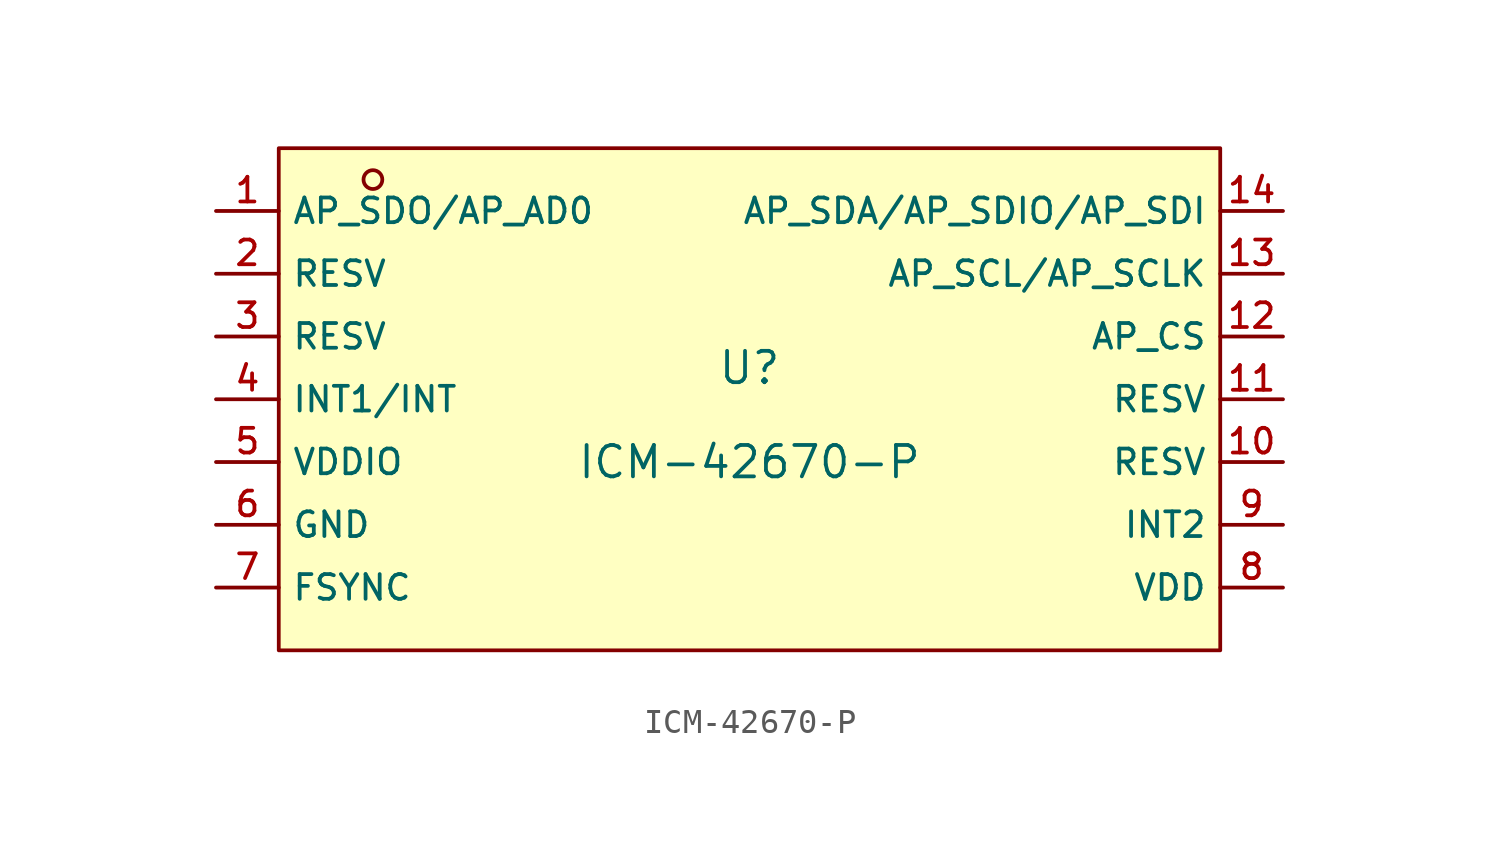
<source format=kicad_sym>
(kicad_symbol_lib
  (version 20231120)
  (generator "kicad_symbol_editor")
  (generator_version "8.0")
  (symbol "ICM-42670-P"
    (property "Reference" "U"
      (at 0 1.27 0)
      (effects (font (size 1.27 1.27))))
    (property "Value" "ICM-42670-P"
      (at 0 -2.54 0)
      (effects (font (size 1.27 1.27))))
    (symbol "ICM-42670-P_0_1"
      (rectangle (start -19.05 10.16) (end 19.05 -10.16) (stroke (width 0) (type default)) (fill (type background)))
      (circle (center -15.24 8.89) (radius 0.381) (stroke (width 0) (type default)) (fill (type background)))
      (pin unspecified line (at -21.59 7.62 0) (length 2.54) (name "AP_SDO/AP_AD0" (effects (font (size 1 1)))) (number "1" (effects (font (size 1 1)))))
      (pin unspecified line (at 21.59 -2.54 180) (length 2.54) (name "RESV" (effects (font (size 1 1)))) (number "10" (effects (font (size 1 1)))))
      (pin unspecified line (at 21.59 0 180) (length 2.54) (name "RESV" (effects (font (size 1 1)))) (number "11" (effects (font (size 1 1)))))
      (pin unspecified line (at 21.59 2.54 180) (length 2.54) (name "AP_CS" (effects (font (size 1 1)))) (number "12" (effects (font (size 1 1)))))
      (pin unspecified line (at 21.59 5.08 180) (length 2.54) (name "AP_SCL/AP_SCLK" (effects (font (size 1 1)))) (number "13" (effects (font (size 1 1)))))
      (pin unspecified line (at 21.59 7.62 180) (length 2.54) (name "AP_SDA/AP_SDIO/AP_SDI" (effects (font (size 1 1)))) (number "14" (effects (font (size 1 1)))))
      (pin unspecified line (at -21.59 5.08 0) (length 2.54) (name "RESV" (effects (font (size 1 1)))) (number "2" (effects (font (size 1 1)))))
      (pin unspecified line (at -21.59 2.54 0) (length 2.54) (name "RESV" (effects (font (size 1 1)))) (number "3" (effects (font (size 1 1)))))
      (pin unspecified line (at -21.59 0 0) (length 2.54) (name "INT1/INT" (effects (font (size 1 1)))) (number "4" (effects (font (size 1 1)))))
      (pin unspecified line (at -21.59 -2.54 0) (length 2.54) (name "VDDIO" (effects (font (size 1 1)))) (number "5" (effects (font (size 1 1)))))
      (pin unspecified line (at -21.59 -5.08 0) (length 2.54) (name "GND" (effects (font (size 1 1)))) (number "6" (effects (font (size 1 1)))))
      (pin unspecified line (at -21.59 -7.62 0) (length 2.54) (name "FSYNC" (effects (font (size 1 1)))) (number "7" (effects (font (size 1 1)))))
      (pin unspecified line (at 21.59 -7.62 180) (length 2.54) (name "VDD" (effects (font (size 1 1)))) (number "8" (effects (font (size 1 1)))))
      (pin unspecified line (at 21.59 -5.08 180) (length 2.54) (name "INT2" (effects (font (size 1 1)))) (number "9" (effects (font (size 1 1))))))))
</source>
